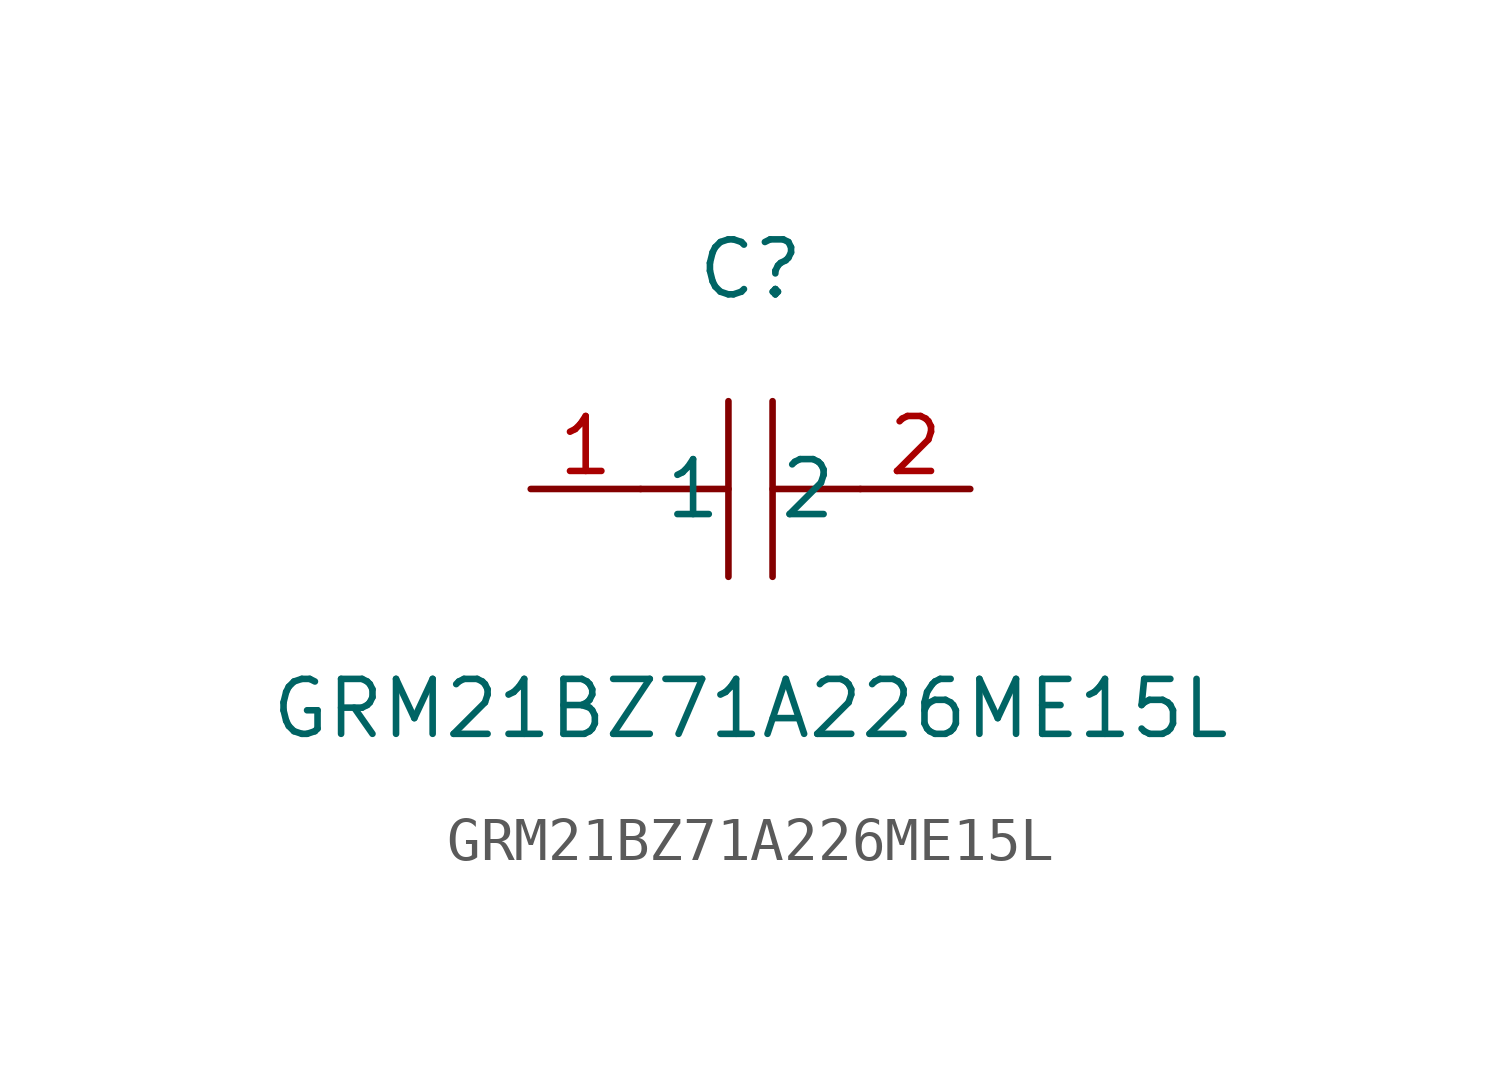
<source format=kicad_sym>
(kicad_symbol_lib
  (version 1)
  (generator "faebryk")
  (symbol "GRM21BZ71A226ME15L"
    (property "Reference" "C"
      (at 0 5.08 0)
      (effects (font (size 1.27 1.27)) (hide no)))
    (property "Value" "GRM21BZ71A226ME15L"
      (at 0 -5.08 0)
      (effects (font (size 1.27 1.27)) (hide no)))
    (symbol "GRM21BZ71A226ME15L_0_1"
      (polyline (stroke (width 0) (type default) (color 0 0 0 0)) (fill (type none)) (pts (xy -0.51 -2.03) (xy -0.51 2.03)))
      (polyline (stroke (width 0) (type default) (color 0 0 0 0)) (fill (type none)) (pts (xy 2.54 0) (xy 0.51 0)))
      (polyline (stroke (width 0) (type default) (color 0 0 0 0)) (fill (type none)) (pts (xy 0.51 2.03) (xy 0.51 -2.03)))
      (polyline (stroke (width 0) (type default) (color 0 0 0 0)) (fill (type none)) (pts (xy -0.51 0) (xy -2.54 0)))
      (pin unspecified line (at -5.08 0 0) (length 2.54) (name "1" (effects (font (size 1.27 1.27)) (hide no))) (number "1" (effects (font (size 1.27 1.27)) (hide no))))
      (pin unspecified line (at 5.08 0 180) (length 2.54) (name "2" (effects (font (size 1.27 1.27)) (hide no))) (number "2" (effects (font (size 1.27 1.27)) (hide no)))))))
</source>
